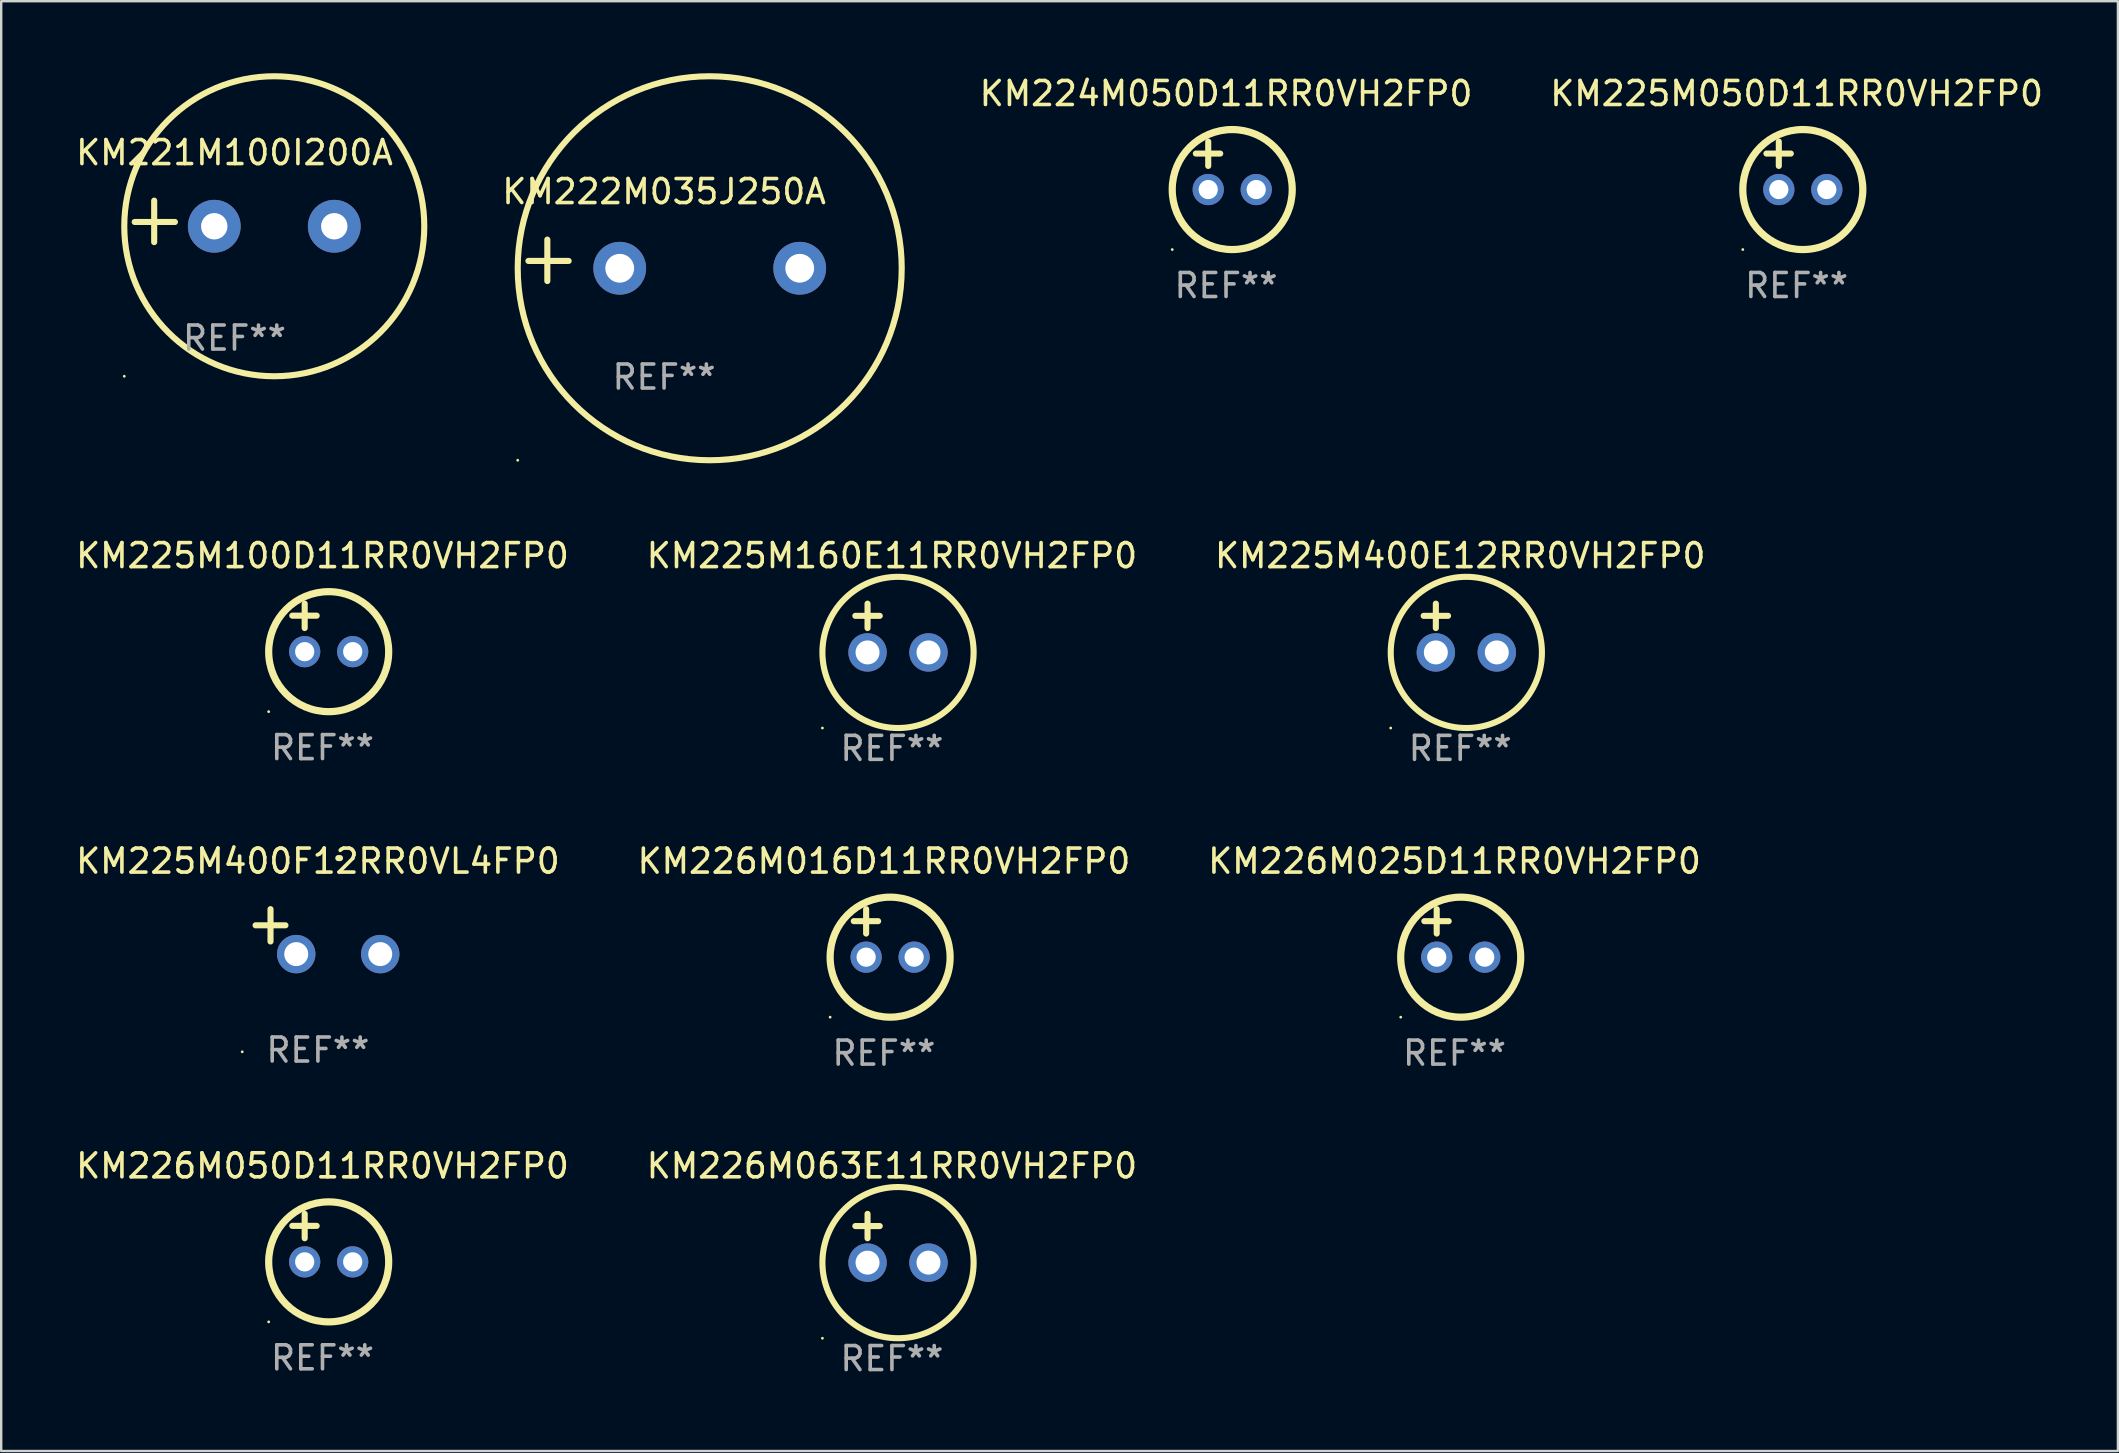
<source format=kicad_pcb>
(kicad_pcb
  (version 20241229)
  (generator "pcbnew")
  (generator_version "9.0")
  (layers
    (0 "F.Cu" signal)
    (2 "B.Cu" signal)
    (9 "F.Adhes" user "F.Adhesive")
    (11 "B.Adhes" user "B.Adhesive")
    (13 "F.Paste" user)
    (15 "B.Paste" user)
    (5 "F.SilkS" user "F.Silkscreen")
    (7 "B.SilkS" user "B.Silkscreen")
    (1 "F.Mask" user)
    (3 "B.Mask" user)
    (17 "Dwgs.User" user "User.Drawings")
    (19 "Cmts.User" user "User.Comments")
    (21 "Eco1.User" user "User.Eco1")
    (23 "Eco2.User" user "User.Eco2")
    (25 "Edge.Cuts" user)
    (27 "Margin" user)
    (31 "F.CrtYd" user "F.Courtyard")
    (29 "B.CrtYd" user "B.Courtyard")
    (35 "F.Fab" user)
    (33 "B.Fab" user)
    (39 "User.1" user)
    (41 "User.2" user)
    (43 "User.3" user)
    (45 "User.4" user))
  (footprint "KM226M016D11RR0VH2FP0"
    (layer "F.Cu")
    (at 33.78 35.831)
    (property "Reference" "KM226M016D11RR0VH2FP0" (at 0 -3 0) (layer "F.SilkS") (effects (font (size 1 1) (thickness 0.15))))
    (attr through_hole)
    (fp_line (start -1.258 -0.5) (end -0.242 -0.5) (stroke (width 0.254) (type solid)) (layer "F.SilkS"))
    (fp_line (start -0.742 -1) (end -0.742 0.016) (stroke (width 0.254) (type solid)) (layer "F.SilkS"))
    (fp_circle (center -2.242 3.5) (end -2.212 3.5) (stroke (width 0.06) (type solid)) (fill no) (layer "F.SilkS"))
    (fp_circle (center 0.258 1) (end 2.758 1) (stroke (width 0.3) (type solid)) (fill no) (layer "F.SilkS"))
    (fp_text user "REF**" (at 0 5 0) (layer "F.Fab") (effects (font (size 1 1) (thickness 0.15))))
    (pad "1" thru_hole circle (at -0.742 1) (size 1.3 1.3) (drill 0.8) (layers "*.Cu" "*.Mask"))
    (pad "2" thru_hole circle (at 1.258 1) (size 1.3 1.3) (drill 0.8) (layers "*.Cu" "*.Mask")))
  (footprint "KM225M160E11RR0VH2FP0"
    (layer "F.Cu")
    (at 34.113 23.118)
    (property "Reference" "KM225M160E11RR0VH2FP0" (at 0 -3.016 0) (layer "F.SilkS") (effects (font (size 1 1) (thickness 0.15))))
    (attr through_hole)
    (fp_line (start -1.524 -0.508) (end -0.508 -0.508) (stroke (width 0.254) (type solid)) (layer "F.SilkS"))
    (fp_line (start -1.016 -1.016) (end -1.016 0) (stroke (width 0.254) (type solid)) (layer "F.SilkS"))
    (fp_circle (center -2.896 4.166) (end -2.866 4.166) (stroke (width 0.06) (type solid)) (fill no) (layer "F.SilkS"))
    (fp_circle (center 0.254 1.016) (end 3.404 1.016) (stroke (width 0.254) (type solid)) (fill no) (layer "F.SilkS"))
    (fp_text user "REF**" (at 0 5.016 0) (layer "F.Fab") (effects (font (size 1 1) (thickness 0.15))))
    (pad "1" thru_hole circle (at -1.016 1.016) (size 1.6 1.6) (drill 1) (layers "*.Cu" "*.Mask"))
    (pad "2" thru_hole circle (at 1.524 1.016) (size 1.6 1.6) (drill 1) (layers "*.Cu" "*.Mask")))
  (footprint "KM225M100D11RR0VH2FP0"
    (layer "F.Cu")
    (at 10.387 23.102)
    (property "Reference" "KM225M100D11RR0VH2FP0" (at 0 -3 0) (layer "F.SilkS") (effects (font (size 1 1) (thickness 0.15))))
    (attr through_hole)
    (fp_line (start -1.258 -0.5) (end -0.242 -0.5) (stroke (width 0.254) (type solid)) (layer "F.SilkS"))
    (fp_line (start -0.742 -1) (end -0.742 0.016) (stroke (width 0.254) (type solid)) (layer "F.SilkS"))
    (fp_circle (center -2.242 3.5) (end -2.212 3.5) (stroke (width 0.06) (type solid)) (fill no) (layer "F.SilkS"))
    (fp_circle (center 0.258 1) (end 2.758 1) (stroke (width 0.3) (type solid)) (fill no) (layer "F.SilkS"))
    (fp_text user "REF**" (at 0 5 0) (layer "F.Fab") (effects (font (size 1 1) (thickness 0.15))))
    (pad "1" thru_hole circle (at -0.742 1) (size 1.3 1.3) (drill 0.8) (layers "*.Cu" "*.Mask"))
    (pad "2" thru_hole circle (at 1.258 1) (size 1.3 1.3) (drill 0.8) (layers "*.Cu" "*.Mask")))
  (footprint "KM226M025D11RR0VH2FP0"
    (layer "F.Cu")
    (at 57.554 35.831)
    (property "Reference" "KM226M025D11RR0VH2FP0" (at 0 -3 0) (layer "F.SilkS") (effects (font (size 1 1) (thickness 0.15))))
    (attr through_hole)
    (fp_line (start -1.258 -0.5) (end -0.242 -0.5) (stroke (width 0.254) (type solid)) (layer "F.SilkS"))
    (fp_line (start -0.742 -1) (end -0.742 0.016) (stroke (width 0.254) (type solid)) (layer "F.SilkS"))
    (fp_circle (center -2.242 3.5) (end -2.212 3.5) (stroke (width 0.06) (type solid)) (fill no) (layer "F.SilkS"))
    (fp_circle (center 0.258 1) (end 2.758 1) (stroke (width 0.3) (type solid)) (fill no) (layer "F.SilkS"))
    (fp_text user "REF**" (at 0 5 0) (layer "F.Fab") (effects (font (size 1 1) (thickness 0.15))))
    (pad "1" thru_hole circle (at -0.742 1) (size 1.3 1.3) (drill 0.8) (layers "*.Cu" "*.Mask"))
    (pad "2" thru_hole circle (at 1.258 1) (size 1.3 1.3) (drill 0.8) (layers "*.Cu" "*.Mask")))
  (footprint "KM225M400F12RR0VL4FP0"
    (layer "F.Cu")
    (at 10.196 35.767)
    (property "Reference" "KM225M400F12RR0VL4FP0" (at 0 -2.937 0) (layer "F.SilkS") (effects (font (size 1 1) (thickness 0.15))))
    (attr through_hole)
    (fp_line (start -1.975 0.41) (end -1.975 -0.937) (stroke (width 0.254) (type solid)) (layer "F.SilkS"))
    (fp_line (start -1.353 -0.263) (end -2.597 -0.263) (stroke (width 0.254) (type solid)) (layer "F.SilkS"))
    (fp_arc (start 0.849809 -3.063957) (mid 0.885369 -3.064114) (end 0.920929 -3.063957) (stroke (width 0.254001) (type solid)) (layer "F.SilkS"))
    (fp_circle (center -3.154 5.008) (end -3.124 5.008) (stroke (width 0.06) (type solid)) (fill no) (layer "F.SilkS"))
    (fp_text user "REF**" (at 0 4.937 0) (layer "F.Fab") (effects (font (size 1 1) (thickness 0.15))))
    (pad "1" thru_hole circle (at -0.903 0.937) (size 1.6 1.6) (drill 1) (layers "*.Cu" "*.Mask"))
    (pad "2" thru_hole circle (at 2.597 0.937) (size 1.6 1.6) (drill 1) (layers "*.Cu" "*.Mask")))
  (footprint "KM226M050D11RR0VH2FP0"
    (layer "F.Cu")
    (at 10.387 48.527)
    (property "Reference" "KM226M050D11RR0VH2FP0" (at 0 -3 0) (layer "F.SilkS") (effects (font (size 1 1) (thickness 0.15))))
    (attr through_hole)
    (fp_line (start -1.258 -0.5) (end -0.242 -0.5) (stroke (width 0.254) (type solid)) (layer "F.SilkS"))
    (fp_line (start -0.742 -1) (end -0.742 0.016) (stroke (width 0.254) (type solid)) (layer "F.SilkS"))
    (fp_circle (center -2.242 3.5) (end -2.212 3.5) (stroke (width 0.06) (type solid)) (fill no) (layer "F.SilkS"))
    (fp_circle (center 0.258 1) (end 2.758 1) (stroke (width 0.3) (type solid)) (fill no) (layer "F.SilkS"))
    (fp_text user "REF**" (at 0 5 0) (layer "F.Fab") (effects (font (size 1 1) (thickness 0.15))))
    (pad "1" thru_hole circle (at -0.742 1) (size 1.3 1.3) (drill 0.8) (layers "*.Cu" "*.Mask"))
    (pad "2" thru_hole circle (at 1.258 1) (size 1.3 1.3) (drill 0.8) (layers "*.Cu" "*.Mask")))
  (footprint "KM224M050D11RR0VH2FP0"
    (layer "F.Cu")
    (at 48.034 3.848)
    (property "Reference" "KM224M050D11RR0VH2FP0" (at 0 -3 0) (layer "F.SilkS") (effects (font (size 1 1) (thickness 0.15))))
    (attr through_hole)
    (fp_line (start -1.258 -0.5) (end -0.242 -0.5) (stroke (width 0.254) (type solid)) (layer "F.SilkS"))
    (fp_line (start -0.742 -1) (end -0.742 0.016) (stroke (width 0.254) (type solid)) (layer "F.SilkS"))
    (fp_circle (center -2.242 3.5) (end -2.212 3.5) (stroke (width 0.06) (type solid)) (fill no) (layer "F.SilkS"))
    (fp_circle (center 0.258 1) (end 2.758 1) (stroke (width 0.3) (type solid)) (fill no) (layer "F.SilkS"))
    (fp_text user "REF**" (at 0 5 0) (layer "F.Fab") (effects (font (size 1 1) (thickness 0.15))))
    (pad "1" thru_hole circle (at -0.742 1) (size 1.3 1.3) (drill 0.8) (layers "*.Cu" "*.Mask"))
    (pad "2" thru_hole circle (at 1.258 1) (size 1.3 1.3) (drill 0.8) (layers "*.Cu" "*.Mask")))
  (footprint "KM226M063E11RR0VH2FP0"
    (layer "F.Cu")
    (at 34.113 48.543)
    (property "Reference" "KM226M063E11RR0VH2FP0" (at 0 -3.016 0) (layer "F.SilkS") (effects (font (size 1 1) (thickness 0.15))))
    (attr through_hole)
    (fp_line (start -1.524 -0.508) (end -0.508 -0.508) (stroke (width 0.254) (type solid)) (layer "F.SilkS"))
    (fp_line (start -1.016 -1.016) (end -1.016 0) (stroke (width 0.254) (type solid)) (layer "F.SilkS"))
    (fp_circle (center -2.896 4.166) (end -2.866 4.166) (stroke (width 0.06) (type solid)) (fill no) (layer "F.SilkS"))
    (fp_circle (center 0.254 1.016) (end 3.404 1.016) (stroke (width 0.254) (type solid)) (fill no) (layer "F.SilkS"))
    (fp_text user "REF**" (at 0 5.016 0) (layer "F.Fab") (effects (font (size 1 1) (thickness 0.15))))
    (pad "1" thru_hole circle (at -1.016 1.016) (size 1.6 1.6) (drill 1) (layers "*.Cu" "*.Mask"))
    (pad "2" thru_hole circle (at 1.524 1.016) (size 1.6 1.6) (drill 1) (layers "*.Cu" "*.Mask")))
  (footprint "KM225M400E12RR0VH2FP0"
    (layer "F.Cu")
    (at 57.792 23.118)
    (property "Reference" "KM225M400E12RR0VH2FP0" (at 0 -3.016 0) (layer "F.SilkS") (effects (font (size 1 1) (thickness 0.15))))
    (attr through_hole)
    (fp_line (start -1.524 -0.508) (end -0.508 -0.508) (stroke (width 0.254) (type solid)) (layer "F.SilkS"))
    (fp_line (start -1.016 -1.016) (end -1.016 0) (stroke (width 0.254) (type solid)) (layer "F.SilkS"))
    (fp_circle (center -2.896 4.166) (end -2.866 4.166) (stroke (width 0.06) (type solid)) (fill no) (layer "F.SilkS"))
    (fp_circle (center 0.254 1.016) (end 3.404 1.016) (stroke (width 0.254) (type solid)) (fill no) (layer "F.SilkS"))
    (fp_text user "REF**" (at 0 5.016 0) (layer "F.Fab") (effects (font (size 1 1) (thickness 0.15))))
    (pad "1" thru_hole circle (at -1.016 1.016) (size 1.6 1.6) (drill 1) (layers "*.Cu" "*.Mask"))
    (pad "2" thru_hole circle (at 1.524 1.016) (size 1.6 1.6) (drill 1) (layers "*.Cu" "*.Mask")))
  (footprint "KM221M100I200A"
    (layer "F.Cu")
    (at 6.72 6.174)
    (property "Reference" "KM221M100I200A" (at 0 -2.864 0) (layer "F.SilkS") (effects (font (size 1 1) (thickness 0.15))))
    (attr through_hole)
    (fp_line (start -3.346 0.864) (end -3.346 -0.864) (stroke (width 0.254) (type solid)) (layer "F.SilkS"))
    (fp_line (start -2.482 0.025) (end -4.158 0.025) (stroke (width 0.254) (type solid)) (layer "F.SilkS"))
    (fp_circle (center -4.592 6.453) (end -4.562 6.453) (stroke (width 0.06) (type solid)) (fill no) (layer "F.SilkS"))
    (fp_circle (center 1.658 0.203) (end 7.908 0.203) (stroke (width 0.254) (type solid)) (fill no) (layer "F.SilkS"))
    (fp_text user "REF**" (at 0 4.864 0) (layer "F.Fab") (effects (font (size 1 1) (thickness 0.15))))
    (pad "1" thru_hole circle (at -0.842 0.203) (size 2.2 2.2) (drill 1.1) (layers "*.Cu" "*.Mask"))
    (pad "2" thru_hole circle (at 4.158 0.203) (size 2.2 2.2) (drill 1.1) (layers "*.Cu" "*.Mask")))
  (footprint "KM225M050D11RR0VH2FP0"
    (layer "F.Cu")
    (at 71.808 3.848)
    (property "Reference" "KM225M050D11RR0VH2FP0" (at 0 -3 0) (layer "F.SilkS") (effects (font (size 1 1) (thickness 0.15))))
    (attr through_hole)
    (fp_line (start -1.258 -0.5) (end -0.242 -0.5) (stroke (width 0.254) (type solid)) (layer "F.SilkS"))
    (fp_line (start -0.742 -1) (end -0.742 0.016) (stroke (width 0.254) (type solid)) (layer "F.SilkS"))
    (fp_circle (center -2.242 3.5) (end -2.212 3.5) (stroke (width 0.06) (type solid)) (fill no) (layer "F.SilkS"))
    (fp_circle (center 0.258 1) (end 2.758 1) (stroke (width 0.3) (type solid)) (fill no) (layer "F.SilkS"))
    (fp_text user "REF**" (at 0 5 0) (layer "F.Fab") (effects (font (size 1 1) (thickness 0.15))))
    (pad "1" thru_hole circle (at -0.742 1) (size 1.3 1.3) (drill 0.8) (layers "*.Cu" "*.Mask"))
    (pad "2" thru_hole circle (at 1.258 1) (size 1.3 1.3) (drill 0.8) (layers "*.Cu" "*.Mask")))
  (footprint "KM222M035J250A"
    (layer "F.Cu")
    (at 24.619 7.797)
    (property "Reference" "KM222M035J250A" (at 0 -2.864 0) (layer "F.SilkS") (effects (font (size 1 1) (thickness 0.15))))
    (attr through_hole)
    (fp_line (start -4.864 0.864) (end -4.864 -0.864) (stroke (width 0.254) (type solid)) (layer "F.SilkS"))
    (fp_line (start -3.975 0.025) (end -5.652 0.025) (stroke (width 0.254) (type solid)) (layer "F.SilkS"))
    (fp_circle (center -6.098 8.33) (end -6.068 8.33) (stroke (width 0.06) (type solid)) (fill no) (layer "F.SilkS"))
    (fp_circle (center 1.902 0.33) (end 9.902 0.33) (stroke (width 0.254) (type solid)) (fill no) (layer "F.SilkS"))
    (fp_text user "REF**" (at 0 4.864 0) (layer "F.Fab") (effects (font (size 1 1) (thickness 0.15))))
    (pad "1" thru_hole circle (at -1.848 0.33) (size 2.2 2.2) (drill 1.2) (layers "*.Cu" "*.Mask"))
    (pad "2" thru_hole circle (at 5.652 0.33) (size 2.2 2.2) (drill 1.2) (layers "*.Cu" "*.Mask")))
  (gr_rect
    (start -3 -3)
    (end 85.195 57.408)
    (stroke (width 0.1) (type default))
    (fill no)
    (layer "Edge.Cuts")))
</source>
